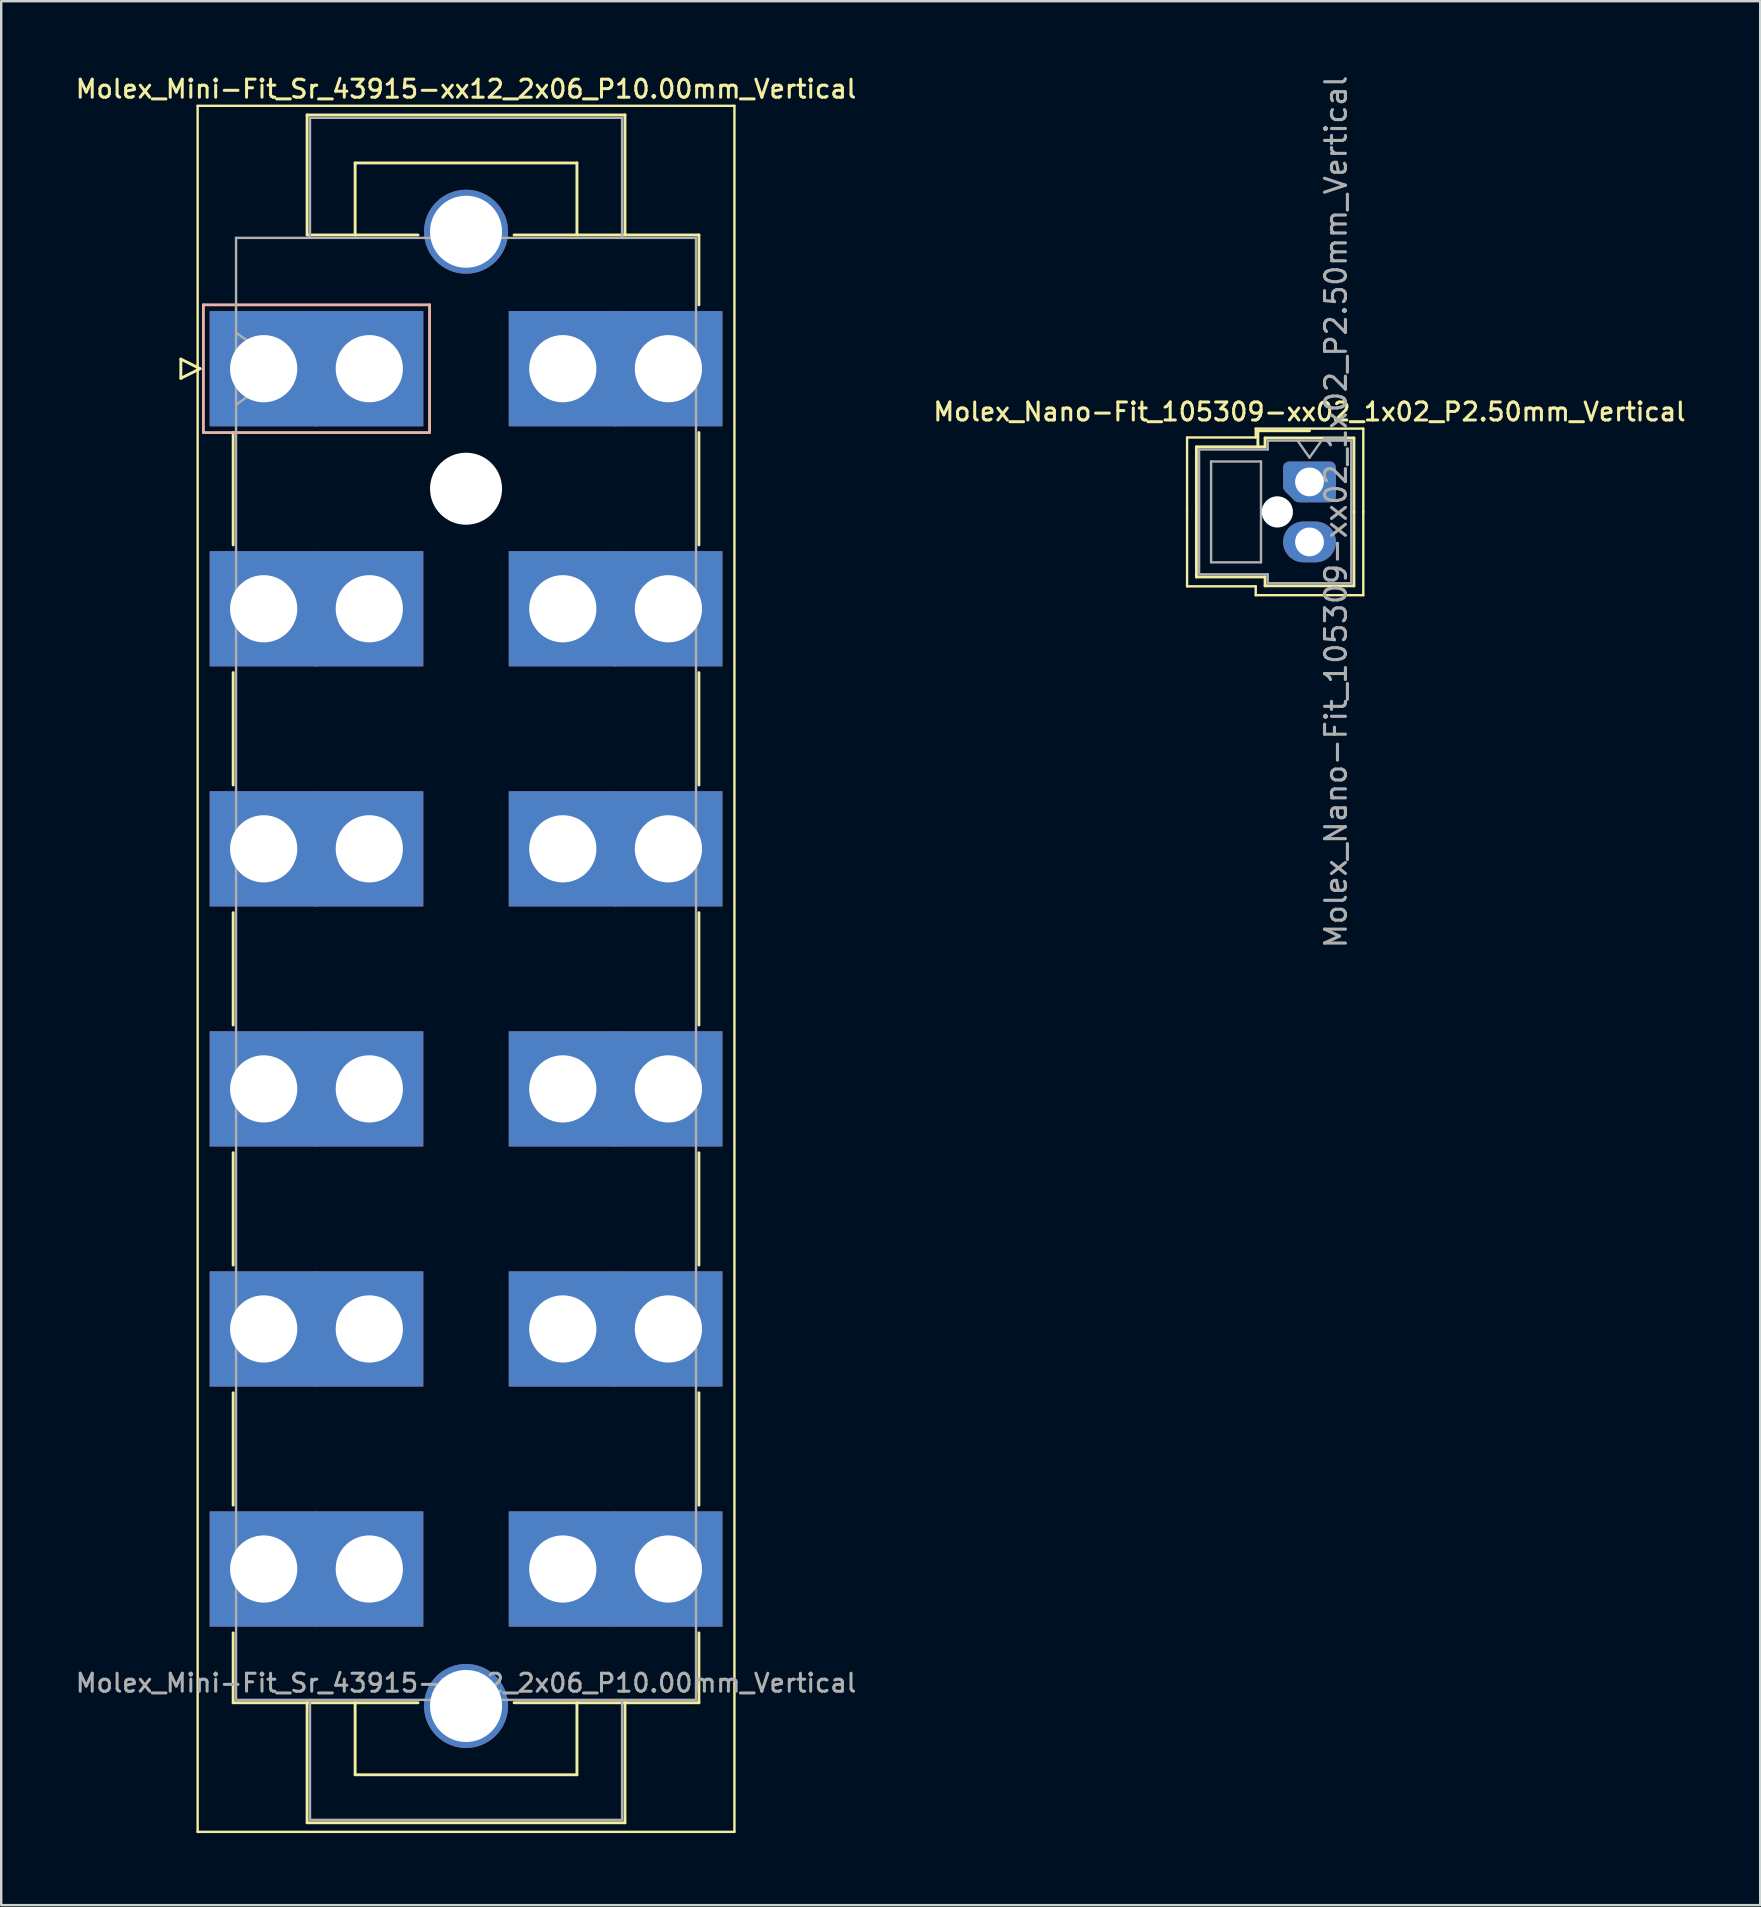
<source format=kicad_pcb>
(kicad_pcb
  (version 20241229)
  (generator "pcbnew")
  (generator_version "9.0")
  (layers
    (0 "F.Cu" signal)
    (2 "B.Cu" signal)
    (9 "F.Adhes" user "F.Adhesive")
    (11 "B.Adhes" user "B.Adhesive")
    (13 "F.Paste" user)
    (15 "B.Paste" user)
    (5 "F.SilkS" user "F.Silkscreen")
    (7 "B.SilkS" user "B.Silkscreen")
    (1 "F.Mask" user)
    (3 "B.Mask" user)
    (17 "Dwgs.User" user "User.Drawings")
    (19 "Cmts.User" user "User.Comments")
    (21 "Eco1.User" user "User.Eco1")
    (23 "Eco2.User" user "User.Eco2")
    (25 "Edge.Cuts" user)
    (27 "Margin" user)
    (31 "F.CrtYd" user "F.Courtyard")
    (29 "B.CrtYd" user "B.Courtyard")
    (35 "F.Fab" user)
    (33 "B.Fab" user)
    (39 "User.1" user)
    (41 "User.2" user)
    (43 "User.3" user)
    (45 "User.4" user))
  (footprint "Molex_Nano-Fit_105309-xx02_1x02_P2.50mm_Vertical"
    (layer "F.Cu")
    (at 51.498 17.024)
    (property "Reference" "Molex_Nano-Fit_105309-xx02_1x02_P2.50mm_Vertical" (at 0 -2.92 0) (layer "F.SilkS") (effects (font (size 0.75 0.75) (thickness 0.125))))
    (attr through_hole)
    (fp_line (start -5.1 -1.85) (end -5.1 1.25) (stroke (width 0.1) (type solid)) (layer "F.SilkS"))
    (fp_line (start -5.1 4.35) (end -5.1 1.25) (stroke (width 0.1) (type solid)) (layer "F.SilkS"))
    (fp_line (start -4.71 -1.46) (end -4.71 1.25) (stroke (width 0.12) (type solid)) (layer "F.SilkS"))
    (fp_line (start -4.71 3.96) (end -4.71 1.25) (stroke (width 0.12) (type solid)) (layer "F.SilkS"))
    (fp_line (start -2.24 -2.22) (end -2.24 -1.85) (stroke (width 0.1) (type solid)) (layer "F.SilkS"))
    (fp_line (start -2.24 -1.85) (end -5.1 -1.85) (stroke (width 0.1) (type solid)) (layer "F.SilkS"))
    (fp_line (start -2.24 4.35) (end -5.1 4.35) (stroke (width 0.1) (type solid)) (layer "F.SilkS"))
    (fp_line (start -2.24 4.72) (end -2.24 4.35) (stroke (width 0.1) (type solid)) (layer "F.SilkS"))
    (fp_line (start -2.15 -2.13) (end -2.15 -1.46) (stroke (width 0.12) (type solid)) (layer "F.SilkS"))
    (fp_line (start -1.85 -1.83) (end -1.85 -1.46) (stroke (width 0.12) (type solid)) (layer "F.SilkS"))
    (fp_line (start -1.85 -1.46) (end -4.71 -1.46) (stroke (width 0.12) (type solid)) (layer "F.SilkS"))
    (fp_line (start -1.85 3.96) (end -4.71 3.96) (stroke (width 0.12) (type solid)) (layer "F.SilkS"))
    (fp_line (start -1.85 4.33) (end -1.85 3.96) (stroke (width 0.12) (type solid)) (layer "F.SilkS"))
    (fp_line (start 0 -2.13) (end -2.15 -2.13) (stroke (width 0.12) (type solid)) (layer "F.SilkS"))
    (fp_line (start 1.85 -1.83) (end -1.85 -1.83) (stroke (width 0.12) (type solid)) (layer "F.SilkS"))
    (fp_line (start 1.85 1.25) (end 1.85 -1.83) (stroke (width 0.12) (type solid)) (layer "F.SilkS"))
    (fp_line (start 1.85 1.25) (end 1.85 4.33) (stroke (width 0.12) (type solid)) (layer "F.SilkS"))
    (fp_line (start 1.85 4.33) (end -1.85 4.33) (stroke (width 0.12) (type solid)) (layer "F.SilkS"))
    (fp_line (start 2.24 -2.22) (end -2.24 -2.22) (stroke (width 0.1) (type solid)) (layer "F.SilkS"))
    (fp_line (start 2.24 1.25) (end 2.24 -2.22) (stroke (width 0.1) (type solid)) (layer "F.SilkS"))
    (fp_line (start 2.24 1.25) (end 2.24 4.72) (stroke (width 0.1) (type solid)) (layer "F.SilkS"))
    (fp_line (start 2.24 4.72) (end -2.24 4.72) (stroke (width 0.1) (type solid)) (layer "F.SilkS"))
    (fp_line (start -4.6 -1.35) (end -4.6 1.25) (stroke (width 0.1) (type solid)) (layer "F.Fab"))
    (fp_line (start -4.6 3.85) (end -4.6 1.25) (stroke (width 0.1) (type solid)) (layer "F.Fab"))
    (fp_line (start -4.1 -0.85) (end -4.1 3.35) (stroke (width 0.1) (type solid)) (layer "F.Fab"))
    (fp_line (start -4.1 3.35) (end -2.02 3.35) (stroke (width 0.1) (type solid)) (layer "F.Fab"))
    (fp_line (start -2.02 -0.85) (end -4.1 -0.85) (stroke (width 0.1) (type solid)) (layer "F.Fab"))
    (fp_line (start -2.02 3.35) (end -2.02 -0.85) (stroke (width 0.1) (type solid)) (layer "F.Fab"))
    (fp_line (start -1.74 -1.72) (end -1.74 -1.35) (stroke (width 0.1) (type solid)) (layer "F.Fab"))
    (fp_line (start -1.74 -1.35) (end -4.6 -1.35) (stroke (width 0.1) (type solid)) (layer "F.Fab"))
    (fp_line (start -1.74 3.85) (end -4.6 3.85) (stroke (width 0.1) (type solid)) (layer "F.Fab"))
    (fp_line (start -1.74 4.22) (end -1.74 3.85) (stroke (width 0.1) (type solid)) (layer "F.Fab"))
    (fp_line (start -0.5 -1.72) (end 0 -1.013) (stroke (width 0.1) (type solid)) (layer "F.Fab"))
    (fp_line (start 0 -1.013) (end 0.5 -1.72) (stroke (width 0.1) (type solid)) (layer "F.Fab"))
    (fp_line (start 1.74 -1.72) (end -1.74 -1.72) (stroke (width 0.1) (type solid)) (layer "F.Fab"))
    (fp_line (start 1.74 1.25) (end 1.74 -1.72) (stroke (width 0.1) (type solid)) (layer "F.Fab"))
    (fp_line (start 1.74 1.25) (end 1.74 4.22) (stroke (width 0.1) (type solid)) (layer "F.Fab"))
    (fp_line (start 1.74 4.22) (end -1.74 4.22) (stroke (width 0.1) (type solid)) (layer "F.Fab"))
    (fp_text user "${REFERENCE}" (at 1.1 1.25 90) (layer "F.Fab") (effects (font (size 0.87 0.87) (thickness 0.13))))
    (pad "" np_thru_hole circle (at -1.34 1.25) (size 1.3 1.3) (drill 1.3) (layers "*.Cu" "*.Mask"))
    (pad "1" thru_hole custom (at 0 0) (size 1.417 1.417) (drill 1.2) (layers "*.Cu" "*.Mask") (options (anchor circle)) (primitives (gr_poly (pts (xy 0.85 0.6) (xy -0.45 0.6) (xy -0.85 0.2) (xy -0.85 -0.6) (xy 0.85 -0.6)) (width 0.5) (fill yes))))
    (pad "2" thru_hole oval (at 0 2.5) (size 2.2 1.7) (drill 1.2) (layers "*.Cu" "*.Mask")))
  (footprint "Molex_Mini-Fit_Sr_43915-xx12_2x06_P10.00mm_Vertical"
    (layer "F.Cu")
    (at 7.933 12.308)
    (property "Reference" "Molex_Mini-Fit_Sr_43915-xx12_2x06_P10.00mm_Vertical" (at 8.43 -11.65 0) (layer "F.SilkS") (effects (font (size 0.75 0.75) (thickness 0.125))))
    (attr through_hole)
    (fp_line (start -3.45 -0.4) (end -3.45 0.4) (stroke (width 0.12) (type solid)) (layer "F.SilkS"))
    (fp_line (start -3.45 0.4) (end -2.65 0) (stroke (width 0.12) (type solid)) (layer "F.SilkS"))
    (fp_line (start -2.75 -10.95) (end -2.75 60.95) (stroke (width 0.1) (type solid)) (layer "F.SilkS"))
    (fp_line (start -2.75 60.95) (end 19.61 60.95) (stroke (width 0.1) (type solid)) (layer "F.SilkS"))
    (fp_line (start -2.65 0) (end -3.45 -0.4) (stroke (width 0.12) (type solid)) (layer "F.SilkS"))
    (fp_line (start -1.27 2.66) (end -1.27 7.34) (stroke (width 0.12) (type solid)) (layer "F.SilkS"))
    (fp_line (start -1.27 12.66) (end -1.27 17.34) (stroke (width 0.12) (type solid)) (layer "F.SilkS"))
    (fp_line (start -1.27 22.66) (end -1.27 27.34) (stroke (width 0.12) (type solid)) (layer "F.SilkS"))
    (fp_line (start -1.27 32.66) (end -1.27 37.34) (stroke (width 0.12) (type solid)) (layer "F.SilkS"))
    (fp_line (start -1.27 42.66) (end -1.27 47.34) (stroke (width 0.12) (type solid)) (layer "F.SilkS"))
    (fp_line (start -1.27 52.66) (end -1.27 55.57) (stroke (width 0.12) (type solid)) (layer "F.SilkS"))
    (fp_line (start -1.27 55.57) (end 6.43 55.57) (stroke (width 0.12) (type solid)) (layer "F.SilkS"))
    (fp_line (start 1.81 -10.57) (end 15.05 -10.57) (stroke (width 0.12) (type solid)) (layer "F.SilkS"))
    (fp_line (start 1.81 -5.57) (end 1.81 -10.57) (stroke (width 0.12) (type solid)) (layer "F.SilkS"))
    (fp_line (start 1.81 55.57) (end 1.81 60.57) (stroke (width 0.12) (type solid)) (layer "F.SilkS"))
    (fp_line (start 1.81 60.57) (end 15.05 60.57) (stroke (width 0.12) (type solid)) (layer "F.SilkS"))
    (fp_line (start 3.81 -8.57) (end 13.05 -8.57) (stroke (width 0.12) (type solid)) (layer "F.SilkS"))
    (fp_line (start 3.81 -5.57) (end 3.81 -8.57) (stroke (width 0.12) (type solid)) (layer "F.SilkS"))
    (fp_line (start 3.81 55.57) (end 3.81 58.57) (stroke (width 0.12) (type solid)) (layer "F.SilkS"))
    (fp_line (start 3.81 58.57) (end 13.05 58.57) (stroke (width 0.12) (type solid)) (layer "F.SilkS"))
    (fp_line (start 6.43 -5.57) (end 1.81 -5.57) (stroke (width 0.12) (type solid)) (layer "F.SilkS"))
    (fp_line (start 13.05 -8.57) (end 13.05 -5.57) (stroke (width 0.12) (type solid)) (layer "F.SilkS"))
    (fp_line (start 13.05 58.57) (end 13.05 55.57) (stroke (width 0.12) (type solid)) (layer "F.SilkS"))
    (fp_line (start 15.05 -10.57) (end 15.05 -5.57) (stroke (width 0.12) (type solid)) (layer "F.SilkS"))
    (fp_line (start 15.05 60.57) (end 15.05 55.57) (stroke (width 0.12) (type solid)) (layer "F.SilkS"))
    (fp_line (start 18.13 -5.57) (end 10.43 -5.57) (stroke (width 0.12) (type solid)) (layer "F.SilkS"))
    (fp_line (start 18.13 -2.66) (end 18.13 -5.57) (stroke (width 0.12) (type solid)) (layer "F.SilkS"))
    (fp_line (start 18.13 2.66) (end 18.13 7.34) (stroke (width 0.12) (type solid)) (layer "F.SilkS"))
    (fp_line (start 18.13 12.66) (end 18.13 17.34) (stroke (width 0.12) (type solid)) (layer "F.SilkS"))
    (fp_line (start 18.13 22.66) (end 18.13 27.34) (stroke (width 0.12) (type solid)) (layer "F.SilkS"))
    (fp_line (start 18.13 32.66) (end 18.13 37.34) (stroke (width 0.12) (type solid)) (layer "F.SilkS"))
    (fp_line (start 18.13 42.66) (end 18.13 47.34) (stroke (width 0.12) (type solid)) (layer "F.SilkS"))
    (fp_line (start 18.13 52.66) (end 18.13 55.57) (stroke (width 0.12) (type solid)) (layer "F.SilkS"))
    (fp_line (start 18.13 55.57) (end 10.43 55.57) (stroke (width 0.12) (type solid)) (layer "F.SilkS"))
    (fp_line (start 19.61 -10.95) (end -2.75 -10.95) (stroke (width 0.1) (type solid)) (layer "F.SilkS"))
    (fp_line (start 19.61 60.95) (end 19.61 -10.95) (stroke (width 0.1) (type solid)) (layer "F.SilkS"))
    (fp_line (start -2.51 -2.66) (end -2.51 2.66) (stroke (width 0.12) (type solid)) (layer "B.SilkS"))
    (fp_line (start -2.51 2.66) (end 6.91 2.66) (stroke (width 0.12) (type solid)) (layer "B.SilkS"))
    (fp_line (start 6.91 -2.66) (end -2.51 -2.66) (stroke (width 0.12) (type solid)) (layer "B.SilkS"))
    (fp_line (start 6.91 2.66) (end 6.91 -2.66) (stroke (width 0.12) (type solid)) (layer "B.SilkS"))
    (fp_line (start -1.15 -5.45) (end -1.15 55.45) (stroke (width 0.1) (type solid)) (layer "F.Fab"))
    (fp_line (start -1.15 -1.5) (end 0.971 0) (stroke (width 0.1) (type solid)) (layer "F.Fab"))
    (fp_line (start -1.15 55.45) (end 18.01 55.45) (stroke (width 0.1) (type solid)) (layer "F.Fab"))
    (fp_line (start 0.971 0) (end -1.15 1.5) (stroke (width 0.1) (type solid)) (layer "F.Fab"))
    (fp_line (start 1.93 -10.45) (end 14.93 -10.45) (stroke (width 0.1) (type solid)) (layer "F.Fab"))
    (fp_line (start 1.93 -5.45) (end 1.93 -10.45) (stroke (width 0.1) (type solid)) (layer "F.Fab"))
    (fp_line (start 1.93 55.45) (end 1.93 60.45) (stroke (width 0.1) (type solid)) (layer "F.Fab"))
    (fp_line (start 1.93 60.45) (end 14.93 60.45) (stroke (width 0.1) (type solid)) (layer "F.Fab"))
    (fp_line (start 14.93 -10.45) (end 14.93 -5.45) (stroke (width 0.1) (type solid)) (layer "F.Fab"))
    (fp_line (start 14.93 60.45) (end 14.93 55.45) (stroke (width 0.1) (type solid)) (layer "F.Fab"))
    (fp_line (start 18.01 -5.45) (end -1.15 -5.45) (stroke (width 0.1) (type solid)) (layer "F.Fab"))
    (fp_line (start 18.01 55.45) (end 18.01 -5.45) (stroke (width 0.1) (type solid)) (layer "F.Fab"))
    (fp_text user "${REFERENCE}" (at 8.43 54.75 0) (layer "F.Fab") (effects (font (size 0.75 0.75) (thickness 0.125))))
    (pad "" thru_hole circle (at 8.43 -5.705) (size 3.5 3.5) (drill 3) (layers "*.Cu" "*.Mask"))
    (pad "" np_thru_hole circle (at 8.43 5) (size 3 3) (drill 3) (layers "*.Cu" "*.Mask"))
    (pad "" thru_hole circle (at 8.43 55.705) (size 3.5 3.5) (drill 3) (layers "*.Cu" "*.Mask"))
    (pad "1" thru_hole rect (at 0 0) (size 4.5 4.8) (drill 2.8) (layers "*.Cu" "*.Mask"))
    (pad "1" thru_hole rect (at 4.4 0) (size 4.5 4.8) (drill 2.8) (layers "*.Cu" "*.Mask"))
    (pad "2" thru_hole rect (at 0 10) (size 4.5 4.8) (drill 2.8) (layers "*.Cu" "*.Mask"))
    (pad "2" thru_hole rect (at 4.4 10) (size 4.5 4.8) (drill 2.8) (layers "*.Cu" "*.Mask"))
    (pad "3" thru_hole rect (at 0 20) (size 4.5 4.8) (drill 2.8) (layers "*.Cu" "*.Mask"))
    (pad "3" thru_hole rect (at 4.4 20) (size 4.5 4.8) (drill 2.8) (layers "*.Cu" "*.Mask"))
    (pad "4" thru_hole rect (at 0 30) (size 4.5 4.8) (drill 2.8) (layers "*.Cu" "*.Mask"))
    (pad "4" thru_hole rect (at 4.4 30) (size 4.5 4.8) (drill 2.8) (layers "*.Cu" "*.Mask"))
    (pad "5" thru_hole rect (at 0 40) (size 4.5 4.8) (drill 2.8) (layers "*.Cu" "*.Mask"))
    (pad "5" thru_hole rect (at 4.4 40) (size 4.5 4.8) (drill 2.8) (layers "*.Cu" "*.Mask"))
    (pad "6" thru_hole rect (at 0 50) (size 4.5 4.8) (drill 2.8) (layers "*.Cu" "*.Mask"))
    (pad "6" thru_hole rect (at 4.4 50) (size 4.5 4.8) (drill 2.8) (layers "*.Cu" "*.Mask"))
    (pad "7" thru_hole rect (at 12.46 0) (size 4.5 4.8) (drill 2.8) (layers "*.Cu" "*.Mask"))
    (pad "7" thru_hole rect (at 16.86 0) (size 4.5 4.8) (drill 2.8) (layers "*.Cu" "*.Mask"))
    (pad "8" thru_hole rect (at 12.46 10) (size 4.5 4.8) (drill 2.8) (layers "*.Cu" "*.Mask"))
    (pad "8" thru_hole rect (at 16.86 10) (size 4.5 4.8) (drill 2.8) (layers "*.Cu" "*.Mask"))
    (pad "9" thru_hole rect (at 12.46 20) (size 4.5 4.8) (drill 2.8) (layers "*.Cu" "*.Mask"))
    (pad "9" thru_hole rect (at 16.86 20) (size 4.5 4.8) (drill 2.8) (layers "*.Cu" "*.Mask"))
    (pad "10" thru_hole rect (at 12.46 30) (size 4.5 4.8) (drill 2.8) (layers "*.Cu" "*.Mask"))
    (pad "10" thru_hole rect (at 16.86 30) (size 4.5 4.8) (drill 2.8) (layers "*.Cu" "*.Mask"))
    (pad "11" thru_hole rect (at 12.46 40) (size 4.5 4.8) (drill 2.8) (layers "*.Cu" "*.Mask"))
    (pad "11" thru_hole rect (at 16.86 40) (size 4.5 4.8) (drill 2.8) (layers "*.Cu" "*.Mask"))
    (pad "12" thru_hole rect (at 12.46 50) (size 4.5 4.8) (drill 2.8) (layers "*.Cu" "*.Mask"))
    (pad "12" thru_hole rect (at 16.86 50) (size 4.5 4.8) (drill 2.8) (layers "*.Cu" "*.Mask")))
  (gr_rect
    (start -3 -3)
    (end 70.271 76.308)
    (stroke (width 0.1) (type default))
    (fill no)
    (layer "Edge.Cuts")))
</source>
